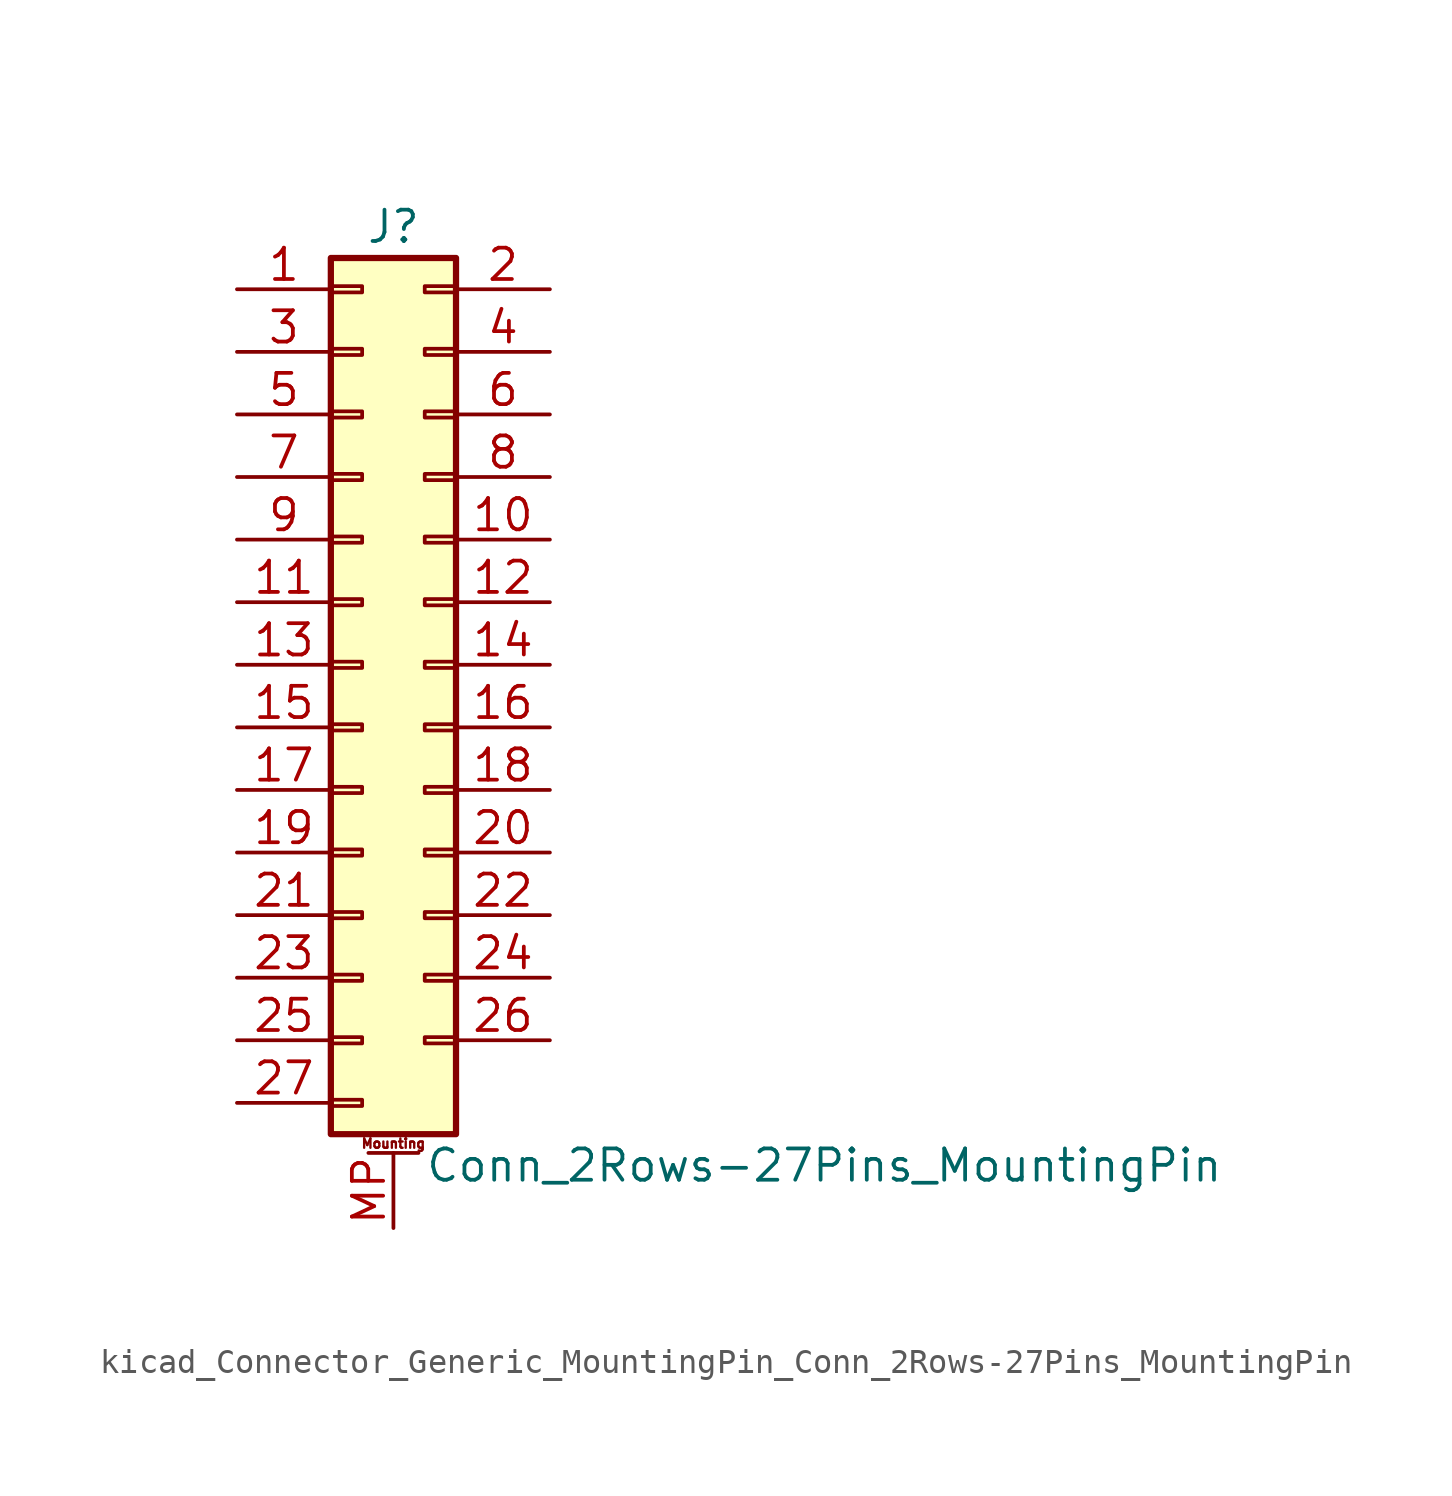
<source format=kicad_sym>
(kicad_symbol_lib
  (version 20220914)
  (generator kicad_symbol_editor)
  (symbol "kicad_Connector_Generic_MountingPin_Conn_2Rows-27Pins_MountingPin"
    (pin_names
      (offset 1.016) hide)
    (property "Reference" "J"
      (at 1.27 17.78 0)
      (effects (font (size 1.27 1.27))))
    (property "Value" "Conn_2Rows-27Pins_MountingPin"
      (at 2.54 -20.32 0)
      (effects (font (size 1.27 1.27)) (justify left)))
    (symbol "kicad_Connector_Generic_MountingPin_Conn_2Rows-27Pins_MountingPin_1_1"
      (rectangle (start -1.27 -17.653) (end 0 -17.907) (stroke (width 0.152) (type default)) (fill (type none)))
      (rectangle (start -1.27 -15.113) (end 0 -15.367) (stroke (width 0.152) (type default)) (fill (type none)))
      (rectangle (start -1.27 -12.573) (end 0 -12.827) (stroke (width 0.152) (type default)) (fill (type none)))
      (rectangle (start -1.27 -10.033) (end 0 -10.287) (stroke (width 0.152) (type default)) (fill (type none)))
      (rectangle (start -1.27 -7.493) (end 0 -7.747) (stroke (width 0.152) (type default)) (fill (type none)))
      (rectangle (start -1.27 -4.953) (end 0 -5.207) (stroke (width 0.152) (type default)) (fill (type none)))
      (rectangle (start -1.27 -2.413) (end 0 -2.667) (stroke (width 0.152) (type default)) (fill (type none)))
      (rectangle (start -1.27 0.127) (end 0 -0.127) (stroke (width 0.152) (type default)) (fill (type none)))
      (rectangle (start -1.27 2.667) (end 0 2.413) (stroke (width 0.152) (type default)) (fill (type none)))
      (rectangle (start -1.27 5.207) (end 0 4.953) (stroke (width 0.152) (type default)) (fill (type none)))
      (rectangle (start -1.27 7.747) (end 0 7.493) (stroke (width 0.152) (type default)) (fill (type none)))
      (rectangle (start -1.27 10.287) (end 0 10.033) (stroke (width 0.152) (type default)) (fill (type none)))
      (rectangle (start -1.27 12.827) (end 0 12.573) (stroke (width 0.152) (type default)) (fill (type none)))
      (rectangle (start -1.27 15.367) (end 0 15.113) (stroke (width 0.152) (type default)) (fill (type none)))
      (rectangle (start -1.27 16.51) (end 3.81 -19.05) (stroke (width 0.254) (type default)) (fill (type background)))
      (polyline (pts (xy 0.254 -19.812) (xy 2.286 -19.812)) (stroke (width 0.152) (type default)) (fill (type none)))
      (rectangle (start 3.81 -15.113) (end 2.54 -15.367) (stroke (width 0.152) (type default)) (fill (type none)))
      (rectangle (start 3.81 -12.573) (end 2.54 -12.827) (stroke (width 0.152) (type default)) (fill (type none)))
      (rectangle (start 3.81 -10.033) (end 2.54 -10.287) (stroke (width 0.152) (type default)) (fill (type none)))
      (rectangle (start 3.81 -7.493) (end 2.54 -7.747) (stroke (width 0.152) (type default)) (fill (type none)))
      (rectangle (start 3.81 -4.953) (end 2.54 -5.207) (stroke (width 0.152) (type default)) (fill (type none)))
      (rectangle (start 3.81 -2.413) (end 2.54 -2.667) (stroke (width 0.152) (type default)) (fill (type none)))
      (rectangle (start 3.81 0.127) (end 2.54 -0.127) (stroke (width 0.152) (type default)) (fill (type none)))
      (rectangle (start 3.81 2.667) (end 2.54 2.413) (stroke (width 0.152) (type default)) (fill (type none)))
      (rectangle (start 3.81 5.207) (end 2.54 4.953) (stroke (width 0.152) (type default)) (fill (type none)))
      (rectangle (start 3.81 7.747) (end 2.54 7.493) (stroke (width 0.152) (type default)) (fill (type none)))
      (rectangle (start 3.81 10.287) (end 2.54 10.033) (stroke (width 0.152) (type default)) (fill (type none)))
      (rectangle (start 3.81 12.827) (end 2.54 12.573) (stroke (width 0.152) (type default)) (fill (type none)))
      (rectangle (start 3.81 15.367) (end 2.54 15.113) (stroke (width 0.152) (type default)) (fill (type none)))
      (text "Mounting" (at 1.27 -19.431 0) (effects (font (size 0.381 0.381))))
      (pin passive line (at -5.08 15.24 0) (length 3.81) (name "Pin_1" (effects (font (size 1.27 1.27)))) (number "1" (effects (font (size 1.27 1.27)))))
      (pin passive line (at 7.62 5.08 180) (length 3.81) (name "Pin_10" (effects (font (size 1.27 1.27)))) (number "10" (effects (font (size 1.27 1.27)))))
      (pin passive line (at -5.08 2.54 0) (length 3.81) (name "Pin_11" (effects (font (size 1.27 1.27)))) (number "11" (effects (font (size 1.27 1.27)))))
      (pin passive line (at 7.62 2.54 180) (length 3.81) (name "Pin_12" (effects (font (size 1.27 1.27)))) (number "12" (effects (font (size 1.27 1.27)))))
      (pin passive line (at -5.08 0 0) (length 3.81) (name "Pin_13" (effects (font (size 1.27 1.27)))) (number "13" (effects (font (size 1.27 1.27)))))
      (pin passive line (at 7.62 0 180) (length 3.81) (name "Pin_14" (effects (font (size 1.27 1.27)))) (number "14" (effects (font (size 1.27 1.27)))))
      (pin passive line (at -5.08 -2.54 0) (length 3.81) (name "Pin_15" (effects (font (size 1.27 1.27)))) (number "15" (effects (font (size 1.27 1.27)))))
      (pin passive line (at 7.62 -2.54 180) (length 3.81) (name "Pin_16" (effects (font (size 1.27 1.27)))) (number "16" (effects (font (size 1.27 1.27)))))
      (pin passive line (at -5.08 -5.08 0) (length 3.81) (name "Pin_17" (effects (font (size 1.27 1.27)))) (number "17" (effects (font (size 1.27 1.27)))))
      (pin passive line (at 7.62 -5.08 180) (length 3.81) (name "Pin_18" (effects (font (size 1.27 1.27)))) (number "18" (effects (font (size 1.27 1.27)))))
      (pin passive line (at -5.08 -7.62 0) (length 3.81) (name "Pin_19" (effects (font (size 1.27 1.27)))) (number "19" (effects (font (size 1.27 1.27)))))
      (pin passive line (at 7.62 15.24 180) (length 3.81) (name "Pin_2" (effects (font (size 1.27 1.27)))) (number "2" (effects (font (size 1.27 1.27)))))
      (pin passive line (at 7.62 -7.62 180) (length 3.81) (name "Pin_20" (effects (font (size 1.27 1.27)))) (number "20" (effects (font (size 1.27 1.27)))))
      (pin passive line (at -5.08 -10.16 0) (length 3.81) (name "Pin_21" (effects (font (size 1.27 1.27)))) (number "21" (effects (font (size 1.27 1.27)))))
      (pin passive line (at 7.62 -10.16 180) (length 3.81) (name "Pin_22" (effects (font (size 1.27 1.27)))) (number "22" (effects (font (size 1.27 1.27)))))
      (pin passive line (at -5.08 -12.7 0) (length 3.81) (name "Pin_23" (effects (font (size 1.27 1.27)))) (number "23" (effects (font (size 1.27 1.27)))))
      (pin passive line (at 7.62 -12.7 180) (length 3.81) (name "Pin_24" (effects (font (size 1.27 1.27)))) (number "24" (effects (font (size 1.27 1.27)))))
      (pin passive line (at -5.08 -15.24 0) (length 3.81) (name "Pin_25" (effects (font (size 1.27 1.27)))) (number "25" (effects (font (size 1.27 1.27)))))
      (pin passive line (at 7.62 -15.24 180) (length 3.81) (name "Pin_26" (effects (font (size 1.27 1.27)))) (number "26" (effects (font (size 1.27 1.27)))))
      (pin passive line (at -5.08 -17.78 0) (length 3.81) (name "Pin_27" (effects (font (size 1.27 1.27)))) (number "27" (effects (font (size 1.27 1.27)))))
      (pin passive line (at -5.08 12.7 0) (length 3.81) (name "Pin_3" (effects (font (size 1.27 1.27)))) (number "3" (effects (font (size 1.27 1.27)))))
      (pin passive line (at 7.62 12.7 180) (length 3.81) (name "Pin_4" (effects (font (size 1.27 1.27)))) (number "4" (effects (font (size 1.27 1.27)))))
      (pin passive line (at -5.08 10.16 0) (length 3.81) (name "Pin_5" (effects (font (size 1.27 1.27)))) (number "5" (effects (font (size 1.27 1.27)))))
      (pin passive line (at 7.62 10.16 180) (length 3.81) (name "Pin_6" (effects (font (size 1.27 1.27)))) (number "6" (effects (font (size 1.27 1.27)))))
      (pin passive line (at -5.08 7.62 0) (length 3.81) (name "Pin_7" (effects (font (size 1.27 1.27)))) (number "7" (effects (font (size 1.27 1.27)))))
      (pin passive line (at 7.62 7.62 180) (length 3.81) (name "Pin_8" (effects (font (size 1.27 1.27)))) (number "8" (effects (font (size 1.27 1.27)))))
      (pin passive line (at -5.08 5.08 0) (length 3.81) (name "Pin_9" (effects (font (size 1.27 1.27)))) (number "9" (effects (font (size 1.27 1.27)))))
      (pin passive line (at 1.27 -22.86 90) (length 3.048) (name "MountPin" (effects (font (size 1.27 1.27)))) (number "MP" (effects (font (size 1.27 1.27))))))))
</source>
